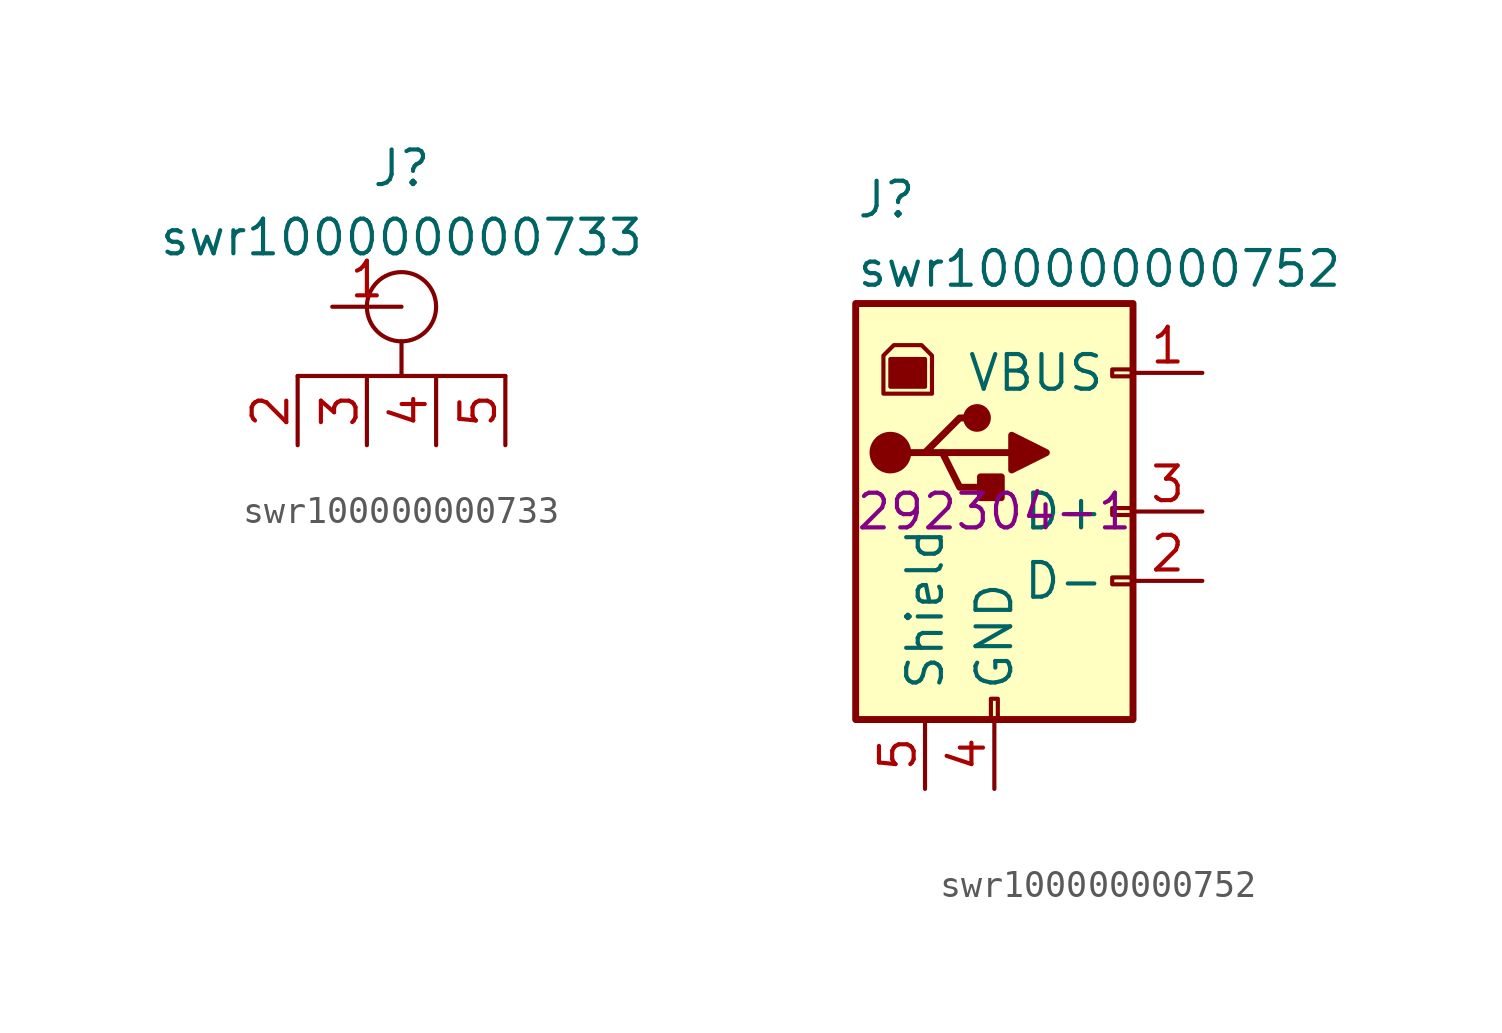
<source format=kicad_sym>
(kicad_symbol_lib
  (version 20220914)
  (generator kicad_symbol_editor)
  (symbol "swr100000000733"
    (pin_names
      (offset 1.016))
    (property "Reference" "J"
      (at 0 5.08 0)
      (effects (font (size 1.27 1.27))))
    (property "Value" "swr100000000733"
      (at 0 2.54 0)
      (effects (font (size 1.27 1.27))))
    (symbol "swr100000000733_0_1"
      (polyline (pts (xy -3.81 -2.54) (xy 3.81 -2.54)) (stroke (width 0) (type default)) (fill (type none)))
      (polyline (pts (xy 0 -1.27) (xy 0 -2.54)) (stroke (width 0) (type default)) (fill (type none)))
      (circle (center 0 0) (radius 1.27) (stroke (width 0) (type default)) (fill (type none))))
    (symbol "swr100000000733_1_1"
      (pin unspecified line (at -2.54 0 0) (length 2.54) (name "~" (effects (font (size 1.27 1.27)))) (number "1" (effects (font (size 1.27 1.27)))))
      (pin unspecified line (at -3.81 -5.08 90) (length 2.54) (name "~" (effects (font (size 1.27 1.27)))) (number "2" (effects (font (size 1.27 1.27)))))
      (pin unspecified line (at -1.27 -5.08 90) (length 2.54) (name "~" (effects (font (size 1.27 1.27)))) (number "3" (effects (font (size 1.27 1.27)))))
      (pin unspecified line (at 1.27 -5.08 90) (length 2.54) (name "~" (effects (font (size 1.27 1.27)))) (number "4" (effects (font (size 1.27 1.27)))))
      (pin unspecified line (at 3.81 -5.08 90) (length 2.54) (name "~" (effects (font (size 1.27 1.27)))) (number "5" (effects (font (size 1.27 1.27)))))))
  (symbol "swr100000000752"
    (pin_names
      (offset 1.016))
    (property "Reference" "J"
      (at -5.08 11.43 0)
      (effects (font (size 1.27 1.27)) (justify left)))
    (property "Value" "swr100000000752"
      (at -5.08 8.89 0)
      (effects (font (size 1.27 1.27)) (justify left)))
    (property "PartValue" "292304-1"
      (at 0 0 0)
      (effects (font (size 1.27 1.27))))
    (symbol "swr100000000752_0_1"
      (rectangle (start -5.08 -7.62) (end 5.08 7.62) (stroke (width 0.254) (type default)) (fill (type background)))
      (circle (center -3.81 2.159) (radius 0.635) (stroke (width 0.254) (type default)) (fill (type outline)))
      (rectangle (start -3.81 5.588) (end -2.54 4.572) (stroke (width 0) (type default)) (fill (type outline)))
      (circle (center -0.635 3.429) (radius 0.381) (stroke (width 0.254) (type default)) (fill (type outline)))
      (rectangle (start -0.127 -7.62) (end 0.127 -6.858) (stroke (width 0) (type default)) (fill (type none)))
      (polyline (pts (xy -1.905 2.159) (xy 0.635 2.159)) (stroke (width 0.254) (type default)) (fill (type none)))
      (polyline (pts (xy -3.175 2.159) (xy -2.54 2.159) (xy -1.27 3.429) (xy -0.635 3.429)) (stroke (width 0.254) (type default)) (fill (type none)))
      (polyline (pts (xy -2.54 2.159) (xy -1.905 2.159) (xy -1.27 0.889) (xy 0 0.889)) (stroke (width 0.254) (type default)) (fill (type none)))
      (polyline (pts (xy 0.635 2.794) (xy 0.635 1.524) (xy 1.905 2.159) (xy 0.635 2.794)) (stroke (width 0.254) (type default)) (fill (type outline)))
      (polyline (pts (xy -4.064 4.318) (xy -2.286 4.318) (xy -2.286 5.715) (xy -2.667 6.096) (xy -3.683 6.096) (xy -4.064 5.715) (xy -4.064 4.318)) (stroke (width 0) (type default)) (fill (type none)))
      (rectangle (start 0.254 1.27) (end -0.508 0.508) (stroke (width 0.254) (type default)) (fill (type outline)))
      (rectangle (start 5.08 -2.667) (end 4.318 -2.413) (stroke (width 0) (type default)) (fill (type none)))
      (rectangle (start 5.08 -0.127) (end 4.318 0.127) (stroke (width 0) (type default)) (fill (type none)))
      (rectangle (start 5.08 4.953) (end 4.318 5.207) (stroke (width 0) (type default)) (fill (type none))))
    (symbol "swr100000000752_1_1"
      (pin power_out line (at 7.62 5.08 180) (length 2.54) (name "VBUS" (effects (font (size 1.27 1.27)))) (number "1" (effects (font (size 1.27 1.27)))))
      (pin bidirectional line (at 7.62 -2.54 180) (length 2.54) (name "D-" (effects (font (size 1.27 1.27)))) (number "2" (effects (font (size 1.27 1.27)))))
      (pin bidirectional line (at 7.62 0 180) (length 2.54) (name "D+" (effects (font (size 1.27 1.27)))) (number "3" (effects (font (size 1.27 1.27)))))
      (pin power_out line (at 0 -10.16 90) (length 2.54) (name "GND" (effects (font (size 1.27 1.27)))) (number "4" (effects (font (size 1.27 1.27)))))
      (pin passive line (at -2.54 -10.16 90) (length 2.54) (name "Shield" (effects (font (size 1.27 1.27)))) (number "5" (effects (font (size 1.27 1.27))))))))
</source>
